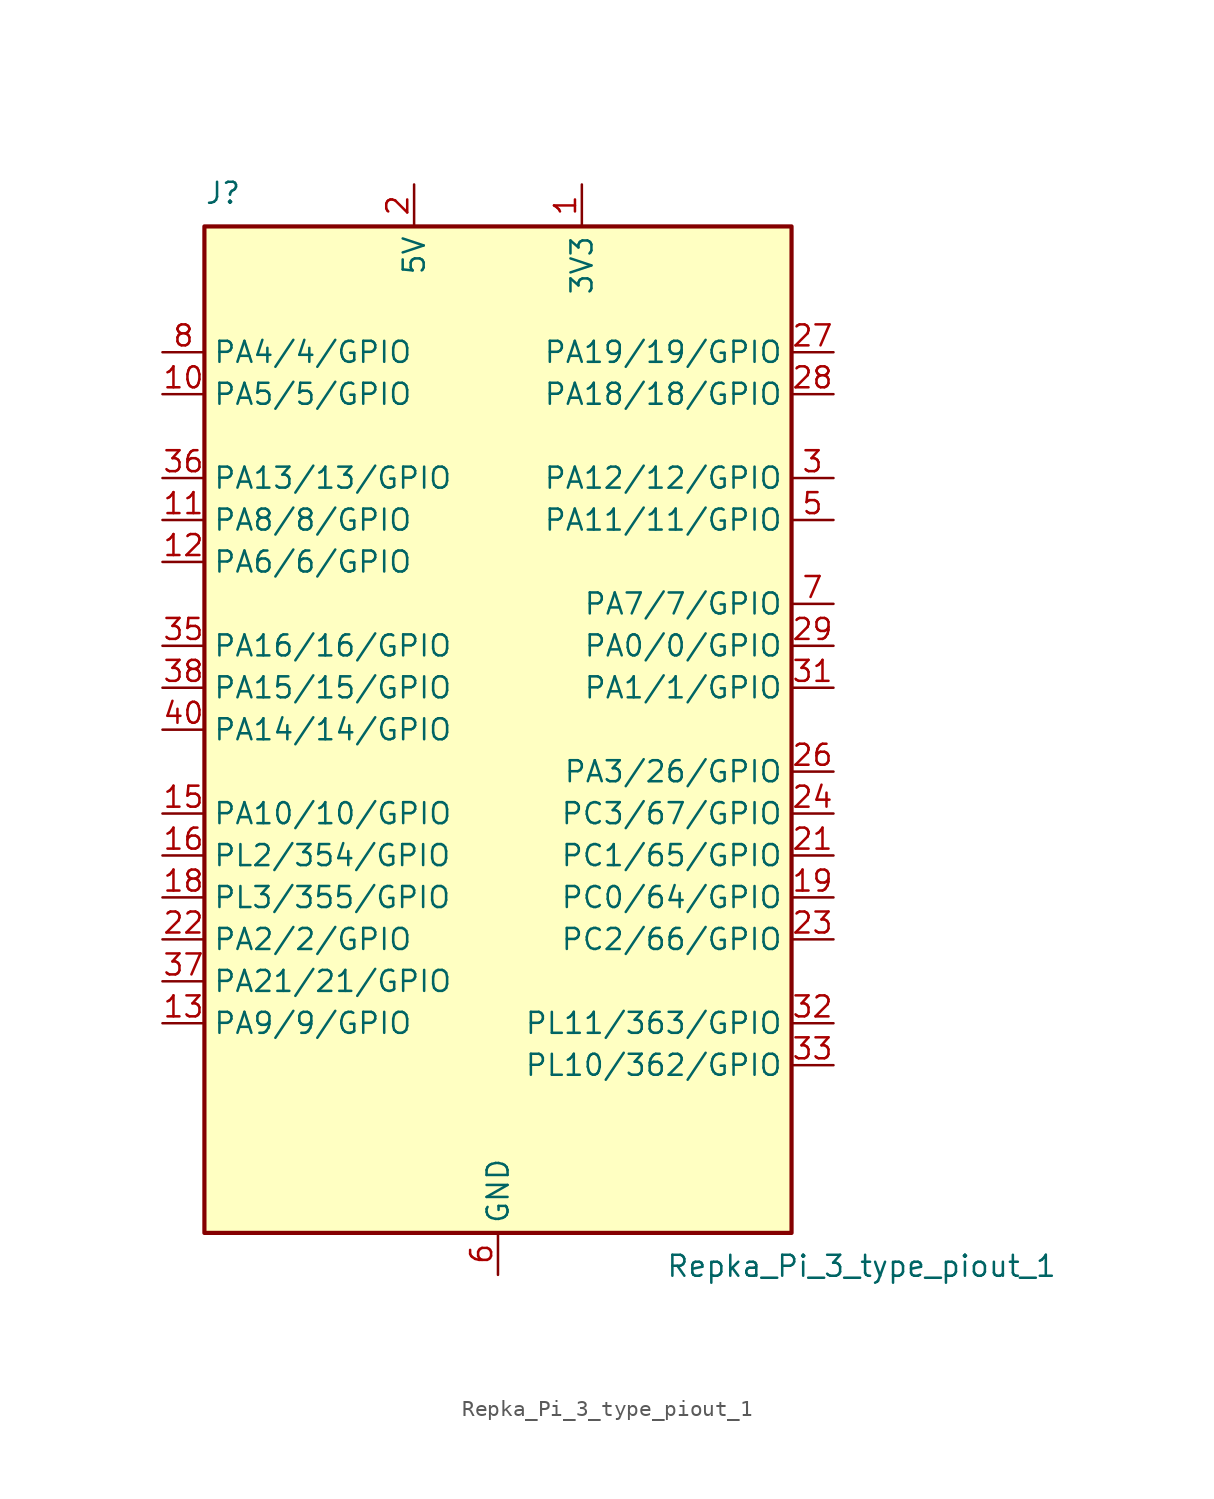
<source format=kicad_sym>
(kicad_symbol_lib
  (version 20231120)
  (generator "kicad_symbol_editor")
  (generator_version "8.0")
  (symbol "Repka_Pi_3_type_piout_1"
    (property "Reference" "J"
      (at -17.78 31.75 0)
      (effects (font (size 1.27 1.27)) (justify left bottom)))
    (property "Value" "Repka_Pi_3_type_piout_1"
      (at 10.16 -31.75 0)
      (effects (font (size 1.27 1.27)) (justify left top)))
    (symbol "Repka_Pi_3_type_piout_1_0_1"
      (rectangle (start -17.78 30.48) (end 17.78 -30.48) (stroke (width 0.254) (type default)) (fill (type background))))
    (symbol "Repka_Pi_3_type_piout_1_1_1"
      (pin power_in line (at 5.08 33.02 270) (length 2.54) (name "3V3" (effects (font (size 1.27 1.27)))) (number "1" (effects (font (size 1.27 1.27)))))
      (pin bidirectional line (at -20.32 20.32 0) (length 2.54) (name "PA5/5/GPIO" (effects (font (size 1.27 1.27)))) (number "10" (effects (font (size 1.27 1.27)))))
      (pin bidirectional line (at -20.32 12.7 0) (length 2.54) (name "PA8/8/GPIO" (effects (font (size 1.27 1.27)))) (number "11" (effects (font (size 1.27 1.27)))))
      (pin bidirectional line (at -20.32 10.16 0) (length 2.54) (name "PA6/6/GPIO" (effects (font (size 1.27 1.27)))) (number "12" (effects (font (size 1.27 1.27)))))
      (pin bidirectional line (at -20.32 -17.78 0) (length 2.54) (name "PA9/9/GPIO" (effects (font (size 1.27 1.27)))) (number "13" (effects (font (size 1.27 1.27)))))
      (pin passive line (at 0 -33.02 90) (length 2.54) hide (name "GND" (effects (font (size 1.27 1.27)))) (number "14" (effects (font (size 1.27 1.27)))))
      (pin bidirectional line (at -20.32 -5.08 0) (length 2.54) (name "PA10/10/GPIO" (effects (font (size 1.27 1.27)))) (number "15" (effects (font (size 1.27 1.27)))))
      (pin bidirectional line (at -20.32 -7.62 0) (length 2.54) (name "PL2/354/GPIO" (effects (font (size 1.27 1.27)))) (number "16" (effects (font (size 1.27 1.27)))))
      (pin passive line (at 5.08 33.02 270) (length 2.54) hide (name "3V3" (effects (font (size 1.27 1.27)))) (number "17" (effects (font (size 1.27 1.27)))))
      (pin bidirectional line (at -20.32 -10.16 0) (length 2.54) (name "PL3/355/GPIO" (effects (font (size 1.27 1.27)))) (number "18" (effects (font (size 1.27 1.27)))))
      (pin bidirectional line (at 20.32 -10.16 180) (length 2.54) (name "PC0/64/GPIO" (effects (font (size 1.27 1.27)))) (number "19" (effects (font (size 1.27 1.27)))))
      (pin power_in line (at -5.08 33.02 270) (length 2.54) (name "5V" (effects (font (size 1.27 1.27)))) (number "2" (effects (font (size 1.27 1.27)))))
      (pin passive line (at 0 -33.02 90) (length 2.54) hide (name "GND" (effects (font (size 1.27 1.27)))) (number "20" (effects (font (size 1.27 1.27)))))
      (pin bidirectional line (at 20.32 -7.62 180) (length 2.54) (name "PC1/65/GPIO" (effects (font (size 1.27 1.27)))) (number "21" (effects (font (size 1.27 1.27)))))
      (pin bidirectional line (at -20.32 -12.7 0) (length 2.54) (name "PA2/2/GPIO" (effects (font (size 1.27 1.27)))) (number "22" (effects (font (size 1.27 1.27)))))
      (pin bidirectional line (at 20.32 -12.7 180) (length 2.54) (name "PC2/66/GPIO" (effects (font (size 1.27 1.27)))) (number "23" (effects (font (size 1.27 1.27)))))
      (pin bidirectional line (at 20.32 -5.08 180) (length 2.54) (name "PC3/67/GPIO" (effects (font (size 1.27 1.27)))) (number "24" (effects (font (size 1.27 1.27)))))
      (pin passive line (at 0 -33.02 90) (length 2.54) hide (name "GND" (effects (font (size 1.27 1.27)))) (number "25" (effects (font (size 1.27 1.27)))))
      (pin bidirectional line (at 20.32 -2.54 180) (length 2.54) (name "PA3/26/GPIO" (effects (font (size 1.27 1.27)))) (number "26" (effects (font (size 1.27 1.27)))))
      (pin bidirectional line (at 20.32 22.86 180) (length 2.54) (name "PA19/19/GPIO" (effects (font (size 1.27 1.27)))) (number "27" (effects (font (size 1.27 1.27)))))
      (pin bidirectional line (at 20.32 20.32 180) (length 2.54) (name "PA18/18/GPIO" (effects (font (size 1.27 1.27)))) (number "28" (effects (font (size 1.27 1.27)))))
      (pin bidirectional line (at 20.32 5.08 180) (length 2.54) (name "PA0/0/GPIO" (effects (font (size 1.27 1.27)))) (number "29" (effects (font (size 1.27 1.27)))))
      (pin bidirectional line (at 20.32 15.24 180) (length 2.54) (name "PA12/12/GPIO" (effects (font (size 1.27 1.27)))) (number "3" (effects (font (size 1.27 1.27)))))
      (pin passive line (at 0 -33.02 90) (length 2.54) hide (name "GND" (effects (font (size 1.27 1.27)))) (number "30" (effects (font (size 1.27 1.27)))))
      (pin bidirectional line (at 20.32 2.54 180) (length 2.54) (name "PA1/1/GPIO" (effects (font (size 1.27 1.27)))) (number "31" (effects (font (size 1.27 1.27)))))
      (pin bidirectional line (at 20.32 -17.78 180) (length 2.54) (name "PL11/363/GPIO" (effects (font (size 1.27 1.27)))) (number "32" (effects (font (size 1.27 1.27)))))
      (pin bidirectional line (at 20.32 -20.32 180) (length 2.54) (name "PL10/362/GPIO" (effects (font (size 1.27 1.27)))) (number "33" (effects (font (size 1.27 1.27)))))
      (pin passive line (at 0 -33.02 90) (length 2.54) hide (name "GND" (effects (font (size 1.27 1.27)))) (number "34" (effects (font (size 1.27 1.27)))))
      (pin bidirectional line (at -20.32 5.08 0) (length 2.54) (name "PA16/16/GPIO" (effects (font (size 1.27 1.27)))) (number "35" (effects (font (size 1.27 1.27)))))
      (pin bidirectional line (at -20.32 15.24 0) (length 2.54) (name "PA13/13/GPIO" (effects (font (size 1.27 1.27)))) (number "36" (effects (font (size 1.27 1.27)))))
      (pin bidirectional line (at -20.32 -15.24 0) (length 2.54) (name "PA21/21/GPIO" (effects (font (size 1.27 1.27)))) (number "37" (effects (font (size 1.27 1.27)))))
      (pin bidirectional line (at -20.32 2.54 0) (length 2.54) (name "PA15/15/GPIO" (effects (font (size 1.27 1.27)))) (number "38" (effects (font (size 1.27 1.27)))))
      (pin passive line (at 0 -33.02 90) (length 2.54) hide (name "GND" (effects (font (size 1.27 1.27)))) (number "39" (effects (font (size 1.27 1.27)))))
      (pin passive line (at -5.08 33.02 270) (length 2.54) hide (name "5V" (effects (font (size 1.27 1.27)))) (number "4" (effects (font (size 1.27 1.27)))))
      (pin bidirectional line (at -20.32 0 0) (length 2.54) (name "PA14/14/GPIO" (effects (font (size 1.27 1.27)))) (number "40" (effects (font (size 1.27 1.27)))))
      (pin bidirectional line (at 20.32 12.7 180) (length 2.54) (name "PA11/11/GPIO" (effects (font (size 1.27 1.27)))) (number "5" (effects (font (size 1.27 1.27)))))
      (pin power_in line (at 0 -33.02 90) (length 2.54) (name "GND" (effects (font (size 1.27 1.27)))) (number "6" (effects (font (size 1.27 1.27)))))
      (pin bidirectional line (at 20.32 7.62 180) (length 2.54) (name "PA7/7/GPIO" (effects (font (size 1.27 1.27)))) (number "7" (effects (font (size 1.27 1.27)))))
      (pin bidirectional line (at -20.32 22.86 0) (length 2.54) (name "PA4/4/GPIO" (effects (font (size 1.27 1.27)))) (number "8" (effects (font (size 1.27 1.27)))))
      (pin passive line (at 0 -33.02 90) (length 2.54) hide (name "GND" (effects (font (size 1.27 1.27)))) (number "9" (effects (font (size 1.27 1.27))))))))
</source>
